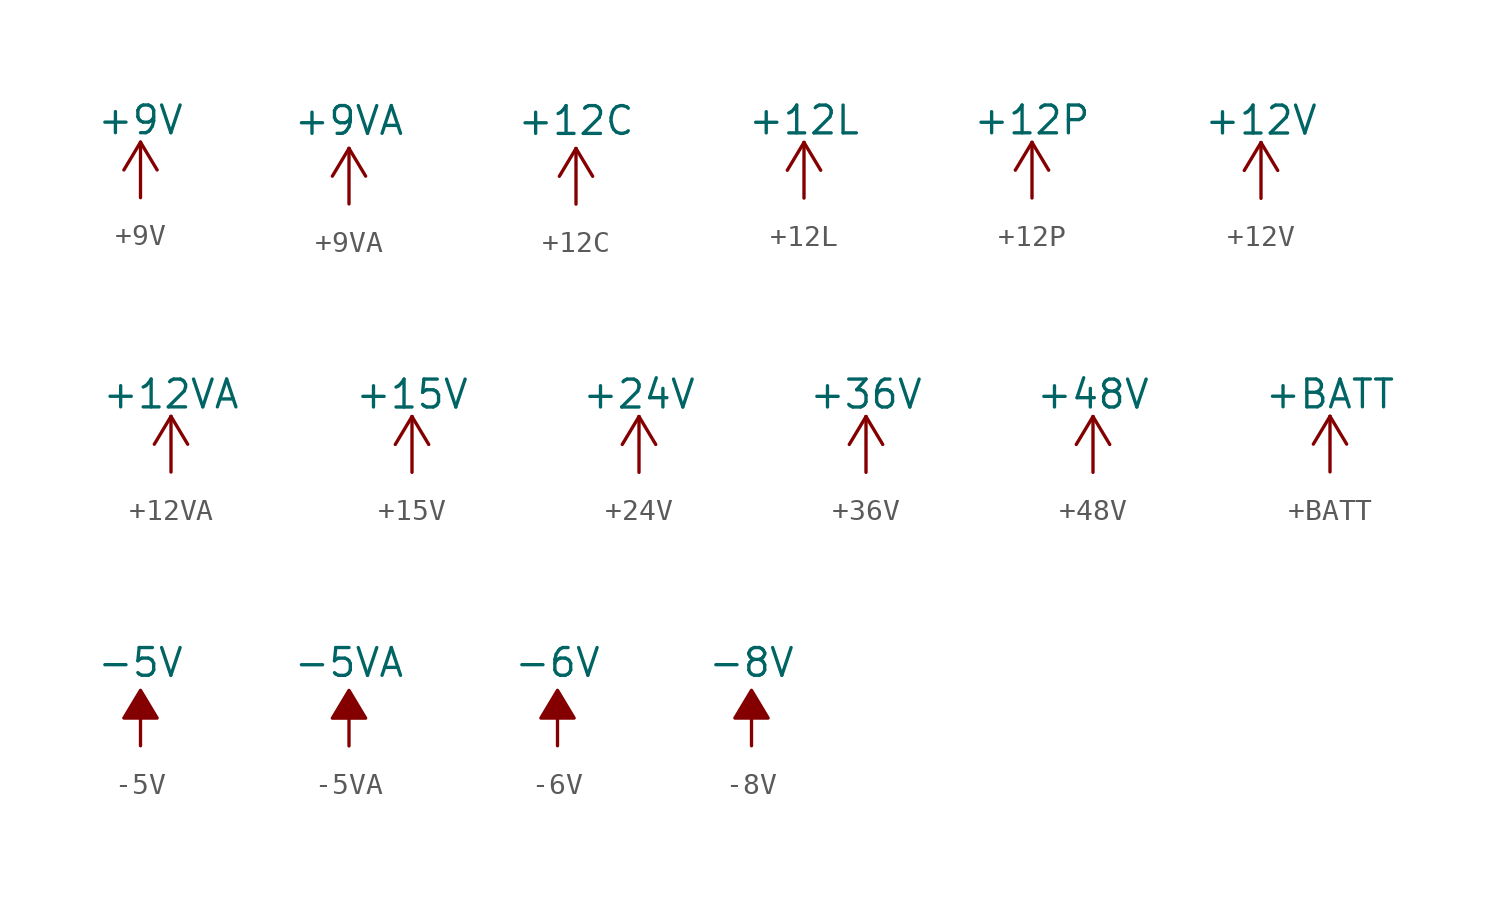
<source format=kicad_sym>
(kicad_symbol_lib
  (version 20211014)
  (generator kicad_symbol_editor)
  (symbol "+9V"
    (power)
    (pin_names
      (offset 0))
    (property "Reference" "#PWR"
      (at 0 -3.81 0)
      (effects (font (size 1.27 1.27)) hide))
    (property "Value" "+9V"
      (at 0 3.556 0)
      (effects (font (size 1.27 1.27))))
    (property "Footprint" ""
      (at 0 0 0)
      (effects (font (size 1.27 1.27))))
    (property "Datasheet" ""
      (at 0 0 0)
      (effects (font (size 1.27 1.27))))
    (symbol "+9V_0_1"
      (polyline (pts (xy -0.762 1.27) (xy 0 2.54)) (stroke (width 0) (type default) (color 0 0 0 0)) (fill (type none)))
      (polyline (pts (xy 0 0) (xy 0 2.54)) (stroke (width 0) (type default) (color 0 0 0 0)) (fill (type none)))
      (polyline (pts (xy 0 2.54) (xy 0.762 1.27)) (stroke (width 0) (type default) (color 0 0 0 0)) (fill (type none))))
    (symbol "+9V_1_1"
      (pin power_in line (at 0 0 90) (length 0) hide (name "+9V" (effects (font (size 1.27 1.27)))) (number "1" (effects (font (size 1.27 1.27)))))))
  (symbol "+9VA"
    (power)
    (pin_names
      (offset 0))
    (property "Reference" "#PWR"
      (at 0 -3.175 0)
      (effects (font (size 1.27 1.27)) hide))
    (property "Value" "+9VA"
      (at 0 3.81 0)
      (effects (font (size 1.27 1.27))))
    (property "Footprint" ""
      (at 0 0 0)
      (effects (font (size 1.27 1.27))))
    (property "Datasheet" ""
      (at 0 0 0)
      (effects (font (size 1.27 1.27))))
    (symbol "+9VA_0_1"
      (polyline (pts (xy -0.762 1.27) (xy 0 2.54)) (stroke (width 0) (type default) (color 0 0 0 0)) (fill (type none)))
      (polyline (pts (xy 0 0) (xy 0 2.54)) (stroke (width 0) (type default) (color 0 0 0 0)) (fill (type none)))
      (polyline (pts (xy 0 2.54) (xy 0.762 1.27)) (stroke (width 0) (type default) (color 0 0 0 0)) (fill (type none))))
    (symbol "+9VA_1_1"
      (pin power_in line (at 0 0 90) (length 0) hide (name "+9VA" (effects (font (size 1.27 1.27)))) (number "1" (effects (font (size 1.27 1.27)))))))
  (symbol "+12C"
    (power)
    (pin_names
      (offset 0))
    (property "Reference" "#PWR"
      (at 0 -3.81 0)
      (effects (font (size 1.27 1.27)) hide))
    (property "Value" "+12C"
      (at 0 3.81 0)
      (effects (font (size 1.27 1.27))))
    (property "Footprint" ""
      (at 0 0 0)
      (effects (font (size 1.27 1.27))))
    (property "Datasheet" ""
      (at 0 0 0)
      (effects (font (size 1.27 1.27))))
    (symbol "+12C_0_1"
      (polyline (pts (xy -0.762 1.27) (xy 0 2.54)) (stroke (width 0) (type default) (color 0 0 0 0)) (fill (type none)))
      (polyline (pts (xy 0 0) (xy 0 2.54)) (stroke (width 0) (type default) (color 0 0 0 0)) (fill (type none)))
      (polyline (pts (xy 0 2.54) (xy 0.762 1.27)) (stroke (width 0) (type default) (color 0 0 0 0)) (fill (type none))))
    (symbol "+12C_1_1"
      (pin power_in line (at 0 0 90) (length 0) hide (name "+12C" (effects (font (size 1.27 1.27)))) (number "1" (effects (font (size 1.27 1.27)))))))
  (symbol "+12L"
    (power)
    (pin_names
      (offset 0))
    (property "Reference" "#PWR"
      (at 0 -3.81 0)
      (effects (font (size 1.27 1.27)) hide))
    (property "Value" "+12L"
      (at 0 3.556 0)
      (effects (font (size 1.27 1.27))))
    (property "Footprint" ""
      (at 0 0 0)
      (effects (font (size 1.27 1.27))))
    (property "Datasheet" ""
      (at 0 0 0)
      (effects (font (size 1.27 1.27))))
    (symbol "+12L_0_1"
      (polyline (pts (xy -0.762 1.27) (xy 0 2.54)) (stroke (width 0) (type default) (color 0 0 0 0)) (fill (type none)))
      (polyline (pts (xy 0 0) (xy 0 2.54)) (stroke (width 0) (type default) (color 0 0 0 0)) (fill (type none)))
      (polyline (pts (xy 0 2.54) (xy 0.762 1.27)) (stroke (width 0) (type default) (color 0 0 0 0)) (fill (type none))))
    (symbol "+12L_1_1"
      (pin power_in line (at 0 0 90) (length 0) hide (name "+12L" (effects (font (size 1.27 1.27)))) (number "1" (effects (font (size 1.27 1.27)))))))
  (symbol "+12P"
    (power)
    (pin_names
      (offset 0))
    (property "Reference" "#PWR"
      (at 0 -3.81 0)
      (effects (font (size 1.27 1.27)) hide))
    (property "Value" "+12P"
      (at 0 3.556 0)
      (effects (font (size 1.27 1.27))))
    (property "Footprint" ""
      (at 0 0 0)
      (effects (font (size 1.27 1.27))))
    (property "Datasheet" ""
      (at 0 0 0)
      (effects (font (size 1.27 1.27))))
    (symbol "+12P_0_1"
      (polyline (pts (xy -0.762 1.27) (xy 0 2.54)) (stroke (width 0) (type default) (color 0 0 0 0)) (fill (type none)))
      (polyline (pts (xy 0 0) (xy 0 2.54)) (stroke (width 0) (type default) (color 0 0 0 0)) (fill (type none)))
      (polyline (pts (xy 0 2.54) (xy 0.762 1.27)) (stroke (width 0) (type default) (color 0 0 0 0)) (fill (type none))))
    (symbol "+12P_1_1"
      (pin power_in line (at 0 0 90) (length 0) hide (name "+12P" (effects (font (size 1.27 1.27)))) (number "1" (effects (font (size 1.27 1.27)))))))
  (symbol "+12V"
    (power)
    (pin_names
      (offset 0))
    (property "Reference" "#PWR"
      (at 0 -3.81 0)
      (effects (font (size 1.27 1.27)) hide))
    (property "Value" "+12V"
      (at 0 3.556 0)
      (effects (font (size 1.27 1.27))))
    (property "Footprint" ""
      (at 0 0 0)
      (effects (font (size 1.27 1.27))))
    (property "Datasheet" ""
      (at 0 0 0)
      (effects (font (size 1.27 1.27))))
    (symbol "+12V_0_1"
      (polyline (pts (xy -0.762 1.27) (xy 0 2.54)) (stroke (width 0) (type default) (color 0 0 0 0)) (fill (type none)))
      (polyline (pts (xy 0 0) (xy 0 2.54)) (stroke (width 0) (type default) (color 0 0 0 0)) (fill (type none)))
      (polyline (pts (xy 0 2.54) (xy 0.762 1.27)) (stroke (width 0) (type default) (color 0 0 0 0)) (fill (type none))))
    (symbol "+12V_1_1"
      (pin power_in line (at 0 0 90) (length 0) hide (name "+12V" (effects (font (size 1.27 1.27)))) (number "1" (effects (font (size 1.27 1.27)))))))
  (symbol "+12VA"
    (power)
    (pin_names
      (offset 0))
    (property "Reference" "#PWR"
      (at 0 -3.81 0)
      (effects (font (size 1.27 1.27)) hide))
    (property "Value" "+12VA"
      (at 0 3.556 0)
      (effects (font (size 1.27 1.27))))
    (property "Footprint" ""
      (at 0 0 0)
      (effects (font (size 1.27 1.27))))
    (property "Datasheet" ""
      (at 0 0 0)
      (effects (font (size 1.27 1.27))))
    (symbol "+12VA_0_1"
      (polyline (pts (xy -0.762 1.27) (xy 0 2.54)) (stroke (width 0) (type default) (color 0 0 0 0)) (fill (type none)))
      (polyline (pts (xy 0 0) (xy 0 2.54)) (stroke (width 0) (type default) (color 0 0 0 0)) (fill (type none)))
      (polyline (pts (xy 0 2.54) (xy 0.762 1.27)) (stroke (width 0) (type default) (color 0 0 0 0)) (fill (type none))))
    (symbol "+12VA_1_1"
      (pin power_in line (at 0 0 90) (length 0) hide (name "+12VA" (effects (font (size 1.27 1.27)))) (number "1" (effects (font (size 1.27 1.27)))))))
  (symbol "+15V"
    (power)
    (pin_names
      (offset 0))
    (property "Reference" "#PWR"
      (at 0 -3.81 0)
      (effects (font (size 1.27 1.27)) hide))
    (property "Value" "+15V"
      (at 0 3.556 0)
      (effects (font (size 1.27 1.27))))
    (property "Footprint" ""
      (at 0 0 0)
      (effects (font (size 1.27 1.27))))
    (property "Datasheet" ""
      (at 0 0 0)
      (effects (font (size 1.27 1.27))))
    (symbol "+15V_0_1"
      (polyline (pts (xy -0.762 1.27) (xy 0 2.54)) (stroke (width 0) (type default) (color 0 0 0 0)) (fill (type none)))
      (polyline (pts (xy 0 0) (xy 0 2.54)) (stroke (width 0) (type default) (color 0 0 0 0)) (fill (type none)))
      (polyline (pts (xy 0 2.54) (xy 0.762 1.27)) (stroke (width 0) (type default) (color 0 0 0 0)) (fill (type none))))
    (symbol "+15V_1_1"
      (pin power_in line (at 0 0 90) (length 0) hide (name "+15V" (effects (font (size 1.27 1.27)))) (number "1" (effects (font (size 1.27 1.27)))))))
  (symbol "+24V"
    (power)
    (pin_names
      (offset 0))
    (property "Reference" "#PWR"
      (at 0 -3.81 0)
      (effects (font (size 1.27 1.27)) hide))
    (property "Value" "+24V"
      (at 0 3.556 0)
      (effects (font (size 1.27 1.27))))
    (property "Footprint" ""
      (at 0 0 0)
      (effects (font (size 1.27 1.27))))
    (property "Datasheet" ""
      (at 0 0 0)
      (effects (font (size 1.27 1.27))))
    (symbol "+24V_0_1"
      (polyline (pts (xy -0.762 1.27) (xy 0 2.54)) (stroke (width 0) (type default) (color 0 0 0 0)) (fill (type none)))
      (polyline (pts (xy 0 0) (xy 0 2.54)) (stroke (width 0) (type default) (color 0 0 0 0)) (fill (type none)))
      (polyline (pts (xy 0 2.54) (xy 0.762 1.27)) (stroke (width 0) (type default) (color 0 0 0 0)) (fill (type none))))
    (symbol "+24V_1_1"
      (pin power_in line (at 0 0 90) (length 0) hide (name "+24V" (effects (font (size 1.27 1.27)))) (number "1" (effects (font (size 1.27 1.27)))))))
  (symbol "+36V"
    (power)
    (pin_names
      (offset 0))
    (property "Reference" "#PWR"
      (at 0 -3.81 0)
      (effects (font (size 1.27 1.27)) hide))
    (property "Value" "+36V"
      (at 0 3.556 0)
      (effects (font (size 1.27 1.27))))
    (property "Footprint" ""
      (at 0 0 0)
      (effects (font (size 1.27 1.27))))
    (property "Datasheet" ""
      (at 0 0 0)
      (effects (font (size 1.27 1.27))))
    (symbol "+36V_0_1"
      (polyline (pts (xy -0.762 1.27) (xy 0 2.54)) (stroke (width 0) (type default) (color 0 0 0 0)) (fill (type none)))
      (polyline (pts (xy 0 0) (xy 0 2.54)) (stroke (width 0) (type default) (color 0 0 0 0)) (fill (type none)))
      (polyline (pts (xy 0 2.54) (xy 0.762 1.27)) (stroke (width 0) (type default) (color 0 0 0 0)) (fill (type none))))
    (symbol "+36V_1_1"
      (pin power_in line (at 0 0 90) (length 0) hide (name "+36V" (effects (font (size 1.27 1.27)))) (number "1" (effects (font (size 1.27 1.27)))))))
  (symbol "+48V"
    (power)
    (pin_names
      (offset 0))
    (property "Reference" "#PWR"
      (at 0 -3.81 0)
      (effects (font (size 1.27 1.27)) hide))
    (property "Value" "+48V"
      (at 0 3.556 0)
      (effects (font (size 1.27 1.27))))
    (property "Footprint" ""
      (at 0 0 0)
      (effects (font (size 1.27 1.27))))
    (property "Datasheet" ""
      (at 0 0 0)
      (effects (font (size 1.27 1.27))))
    (symbol "+48V_0_1"
      (polyline (pts (xy -0.762 1.27) (xy 0 2.54)) (stroke (width 0) (type default) (color 0 0 0 0)) (fill (type none)))
      (polyline (pts (xy 0 0) (xy 0 2.54)) (stroke (width 0) (type default) (color 0 0 0 0)) (fill (type none)))
      (polyline (pts (xy 0 2.54) (xy 0.762 1.27)) (stroke (width 0) (type default) (color 0 0 0 0)) (fill (type none))))
    (symbol "+48V_1_1"
      (pin power_in line (at 0 0 90) (length 0) hide (name "+48V" (effects (font (size 1.27 1.27)))) (number "1" (effects (font (size 1.27 1.27)))))))
  (symbol "+BATT"
    (power)
    (pin_names
      (offset 0))
    (property "Reference" "#PWR"
      (at 0 -3.81 0)
      (effects (font (size 1.27 1.27)) hide))
    (property "Value" "+BATT"
      (at 0 3.556 0)
      (effects (font (size 1.27 1.27))))
    (property "Footprint" ""
      (at 0 0 0)
      (effects (font (size 1.27 1.27))))
    (property "Datasheet" ""
      (at 0 0 0)
      (effects (font (size 1.27 1.27))))
    (symbol "+BATT_0_1"
      (polyline (pts (xy -0.762 1.27) (xy 0 2.54)) (stroke (width 0) (type default) (color 0 0 0 0)) (fill (type none)))
      (polyline (pts (xy 0 0) (xy 0 2.54)) (stroke (width 0) (type default) (color 0 0 0 0)) (fill (type none)))
      (polyline (pts (xy 0 2.54) (xy 0.762 1.27)) (stroke (width 0) (type default) (color 0 0 0 0)) (fill (type none))))
    (symbol "+BATT_1_1"
      (pin power_in line (at 0 0 90) (length 0) hide (name "+BATT" (effects (font (size 1.27 1.27)))) (number "1" (effects (font (size 1.27 1.27)))))))
  (symbol "-5V"
    (pin_names
      (offset 0))
    (property "Reference" "#PWR"
      (at 0 2.54 0)
      (effects (font (size 1.27 1.27)) hide))
    (property "Value" "-5V"
      (at 0 3.81 0)
      (effects (font (size 1.27 1.27))))
    (property "Footprint" ""
      (at 0 0 0)
      (effects (font (size 1.27 1.27))))
    (property "Datasheet" ""
      (at 0 0 0)
      (effects (font (size 1.27 1.27))))
    (symbol "-5V_0_0"
      (pin power_in line (at 0 0 90) (length 0) hide (name "-5V" (effects (font (size 1.27 1.27)))) (number "1" (effects (font (size 1.27 1.27))))))
    (symbol "-5V_0_1"
      (polyline (pts (xy 0 0) (xy 0 1.27) (xy 0.762 1.27) (xy 0 2.54) (xy -0.762 1.27) (xy 0 1.27)) (stroke (width 0) (type default) (color 0 0 0 0)) (fill (type outline)))))
  (symbol "-5VA"
    (pin_names
      (offset 0))
    (property "Reference" "#PWR"
      (at 0 2.54 0)
      (effects (font (size 1.27 1.27)) hide))
    (property "Value" "-5VA"
      (at 0 3.81 0)
      (effects (font (size 1.27 1.27))))
    (property "Footprint" ""
      (at 0 0 0)
      (effects (font (size 1.27 1.27))))
    (property "Datasheet" ""
      (at 0 0 0)
      (effects (font (size 1.27 1.27))))
    (symbol "-5VA_0_0"
      (pin power_in line (at 0 0 90) (length 0) hide (name "-5VA" (effects (font (size 1.27 1.27)))) (number "1" (effects (font (size 1.27 1.27))))))
    (symbol "-5VA_0_1"
      (polyline (pts (xy 0 0) (xy 0 1.27) (xy 0.762 1.27) (xy 0 2.54) (xy -0.762 1.27) (xy 0 1.27)) (stroke (width 0) (type default) (color 0 0 0 0)) (fill (type outline)))))
  (symbol "-6V"
    (pin_names
      (offset 0))
    (property "Reference" "#PWR"
      (at 0 2.54 0)
      (effects (font (size 1.27 1.27)) hide))
    (property "Value" "-6V"
      (at 0 3.81 0)
      (effects (font (size 1.27 1.27))))
    (property "Footprint" ""
      (at 0 0 0)
      (effects (font (size 1.27 1.27))))
    (property "Datasheet" ""
      (at 0 0 0)
      (effects (font (size 1.27 1.27))))
    (symbol "-6V_0_0"
      (pin power_in line (at 0 0 90) (length 0) hide (name "-6V" (effects (font (size 1.27 1.27)))) (number "1" (effects (font (size 1.27 1.27))))))
    (symbol "-6V_0_1"
      (polyline (pts (xy 0 0) (xy 0 1.27) (xy 0.762 1.27) (xy 0 2.54) (xy -0.762 1.27) (xy 0 1.27)) (stroke (width 0) (type default) (color 0 0 0 0)) (fill (type outline)))))
  (symbol "-8V"
    (pin_names
      (offset 0))
    (property "Reference" "#PWR"
      (at 0 2.54 0)
      (effects (font (size 1.27 1.27)) hide))
    (property "Value" "-8V"
      (at 0 3.81 0)
      (effects (font (size 1.27 1.27))))
    (property "Footprint" ""
      (at 0 0 0)
      (effects (font (size 1.27 1.27))))
    (property "Datasheet" ""
      (at 0 0 0)
      (effects (font (size 1.27 1.27))))
    (symbol "-8V_0_0"
      (pin power_in line (at 0 0 90) (length 0) hide (name "-8V" (effects (font (size 1.27 1.27)))) (number "1" (effects (font (size 1.27 1.27))))))
    (symbol "-8V_0_1"
      (polyline (pts (xy 0 0) (xy 0 1.27) (xy 0.762 1.27) (xy 0 2.54) (xy -0.762 1.27) (xy 0 1.27)) (stroke (width 0) (type default) (color 0 0 0 0)) (fill (type outline))))))
</source>
